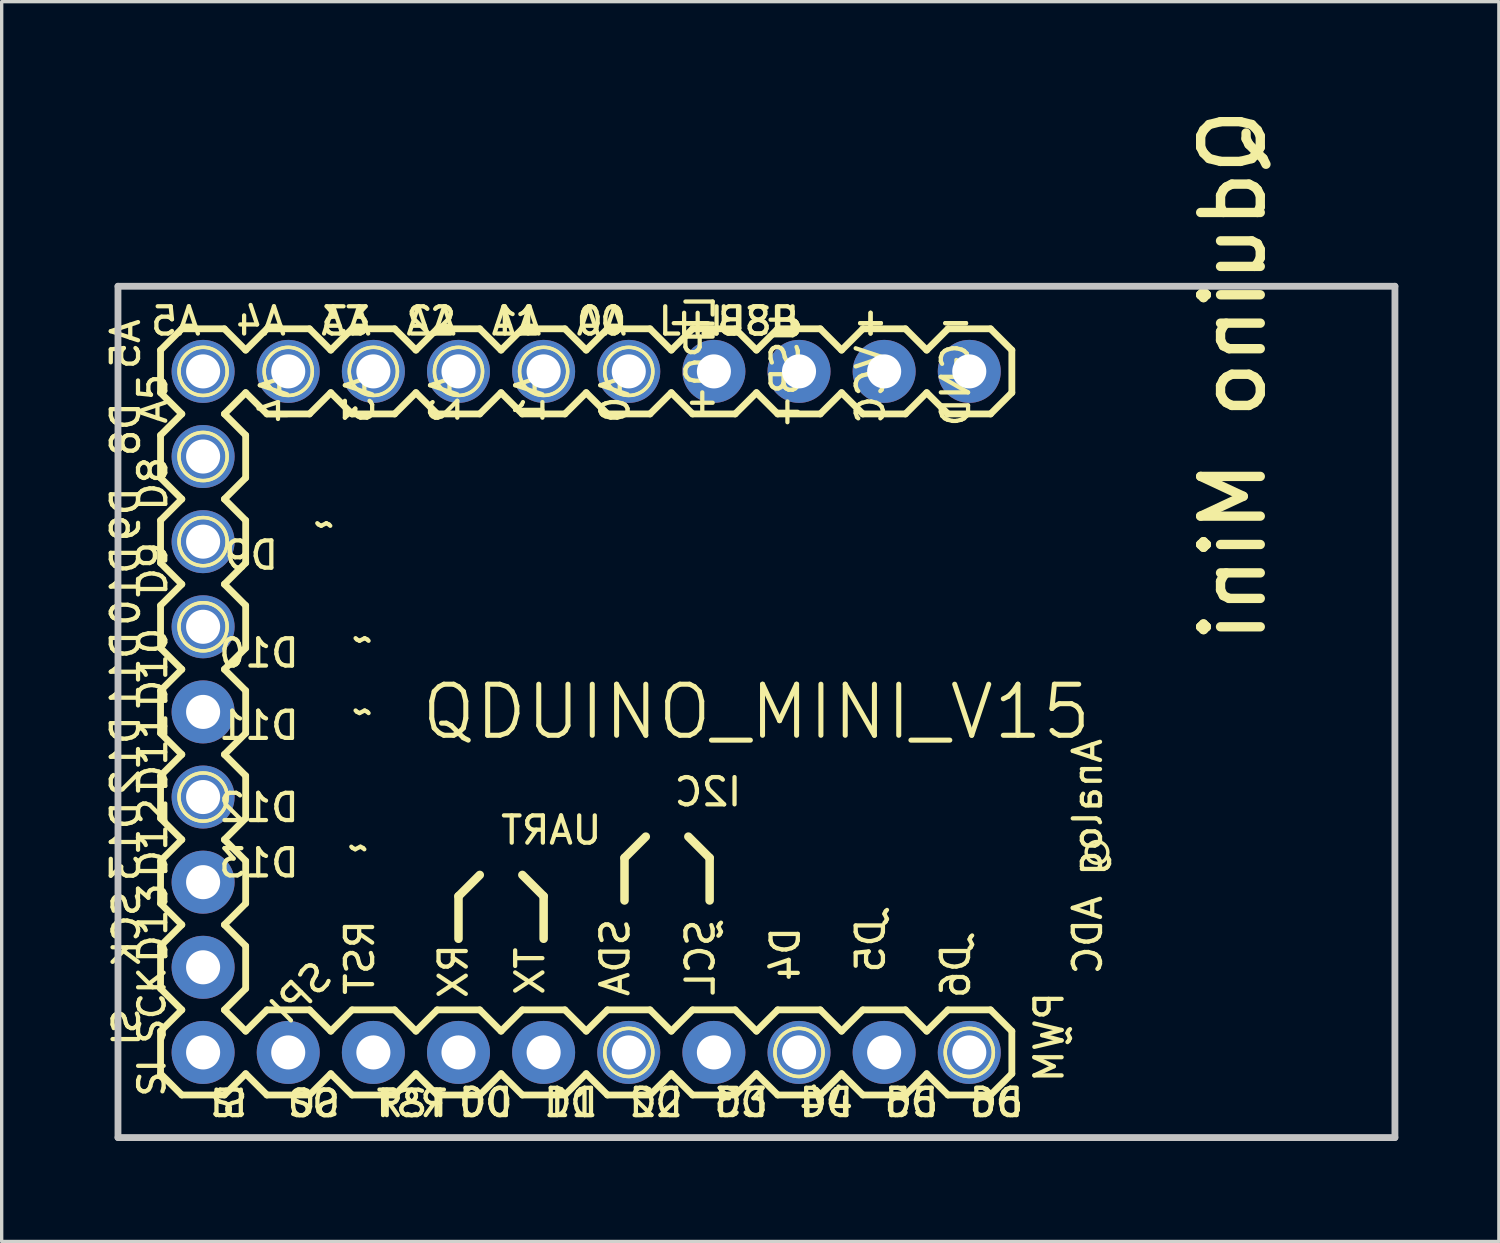
<source format=kicad_pcb>
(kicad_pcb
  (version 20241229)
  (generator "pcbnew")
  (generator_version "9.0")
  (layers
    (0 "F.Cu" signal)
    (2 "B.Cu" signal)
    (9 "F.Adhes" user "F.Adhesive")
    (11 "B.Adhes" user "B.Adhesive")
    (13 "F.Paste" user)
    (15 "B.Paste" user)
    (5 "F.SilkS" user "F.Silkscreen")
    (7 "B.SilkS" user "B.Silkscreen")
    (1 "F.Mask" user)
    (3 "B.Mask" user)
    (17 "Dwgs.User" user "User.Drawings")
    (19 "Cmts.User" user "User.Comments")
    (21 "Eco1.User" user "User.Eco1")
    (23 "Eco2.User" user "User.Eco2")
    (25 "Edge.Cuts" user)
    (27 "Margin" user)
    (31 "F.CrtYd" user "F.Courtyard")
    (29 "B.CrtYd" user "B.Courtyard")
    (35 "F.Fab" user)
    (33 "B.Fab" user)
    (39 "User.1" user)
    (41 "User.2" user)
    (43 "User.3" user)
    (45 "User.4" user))
  (footprint "QDUINO_MINI_V15"
    (layer "F.Cu")
    (at 19.52 18.191)
    (property "Reference" "QDUINO_MINI_V15" (at 0 0 0) (layer "F.SilkS") (effects (font (size 1.524 1.524) (thickness 0.15))))
    (attr exclude_from_pos_files exclude_from_bom)
    (fp_line (start -17.78 -10.795) (end -17.78 -9.525) (stroke (width 0.203) (type solid)) (layer "F.SilkS"))
    (fp_line (start -17.78 -9.525) (end -17.145 -8.89) (stroke (width 0.203) (type solid)) (layer "F.SilkS"))
    (fp_line (start -17.78 -8.255) (end -17.145 -8.89) (stroke (width 0.203) (type solid)) (layer "F.SilkS"))
    (fp_line (start -17.78 -6.985) (end -17.78 -8.255) (stroke (width 0.203) (type solid)) (layer "F.SilkS"))
    (fp_line (start -17.78 -6.985) (end -17.145 -6.35) (stroke (width 0.203) (type solid)) (layer "F.SilkS"))
    (fp_line (start -17.78 -5.715) (end -17.145 -6.35) (stroke (width 0.203) (type solid)) (layer "F.SilkS"))
    (fp_line (start -17.78 -4.445) (end -17.78 -5.715) (stroke (width 0.203) (type solid)) (layer "F.SilkS"))
    (fp_line (start -17.78 -3.175) (end -17.145 -3.81) (stroke (width 0.203) (type solid)) (layer "F.SilkS"))
    (fp_line (start -17.78 -1.905) (end -17.78 -3.175) (stroke (width 0.203) (type solid)) (layer "F.SilkS"))
    (fp_line (start -17.78 -0.635) (end -17.145 -1.27) (stroke (width 0.203) (type solid)) (layer "F.SilkS"))
    (fp_line (start -17.78 0.635) (end -17.78 -0.635) (stroke (width 0.203) (type solid)) (layer "F.SilkS"))
    (fp_line (start -17.78 0.635) (end -17.145 1.27) (stroke (width 0.203) (type solid)) (layer "F.SilkS"))
    (fp_line (start -17.78 1.905) (end -17.145 1.27) (stroke (width 0.203) (type solid)) (layer "F.SilkS"))
    (fp_line (start -17.78 3.175) (end -17.78 1.905) (stroke (width 0.203) (type solid)) (layer "F.SilkS"))
    (fp_line (start -17.78 4.445) (end -17.145 3.81) (stroke (width 0.203) (type solid)) (layer "F.SilkS"))
    (fp_line (start -17.78 5.715) (end -17.78 4.445) (stroke (width 0.203) (type solid)) (layer "F.SilkS"))
    (fp_line (start -17.78 6.985) (end -17.145 6.35) (stroke (width 0.203) (type solid)) (layer "F.SilkS"))
    (fp_line (start -17.78 8.255) (end -17.78 6.985) (stroke (width 0.203) (type solid)) (layer "F.SilkS"))
    (fp_line (start -17.78 8.255) (end -17.145 8.89) (stroke (width 0.203) (type solid)) (layer "F.SilkS"))
    (fp_line (start -17.78 9.525) (end -17.78 10.795) (stroke (width 0.203) (type solid)) (layer "F.SilkS"))
    (fp_line (start -17.78 10.795) (end -17.145 11.43) (stroke (width 0.203) (type solid)) (layer "F.SilkS"))
    (fp_line (start -17.145 -11.43) (end -17.78 -10.795) (stroke (width 0.203) (type solid)) (layer "F.SilkS"))
    (fp_line (start -17.145 -11.43) (end -15.875 -11.43) (stroke (width 0.203) (type solid)) (layer "F.SilkS"))
    (fp_line (start -17.145 -3.81) (end -17.78 -4.445) (stroke (width 0.203) (type solid)) (layer "F.SilkS"))
    (fp_line (start -17.145 -1.27) (end -17.78 -1.905) (stroke (width 0.203) (type solid)) (layer "F.SilkS"))
    (fp_line (start -17.145 3.81) (end -17.78 3.175) (stroke (width 0.203) (type solid)) (layer "F.SilkS"))
    (fp_line (start -17.145 6.35) (end -17.78 5.715) (stroke (width 0.203) (type solid)) (layer "F.SilkS"))
    (fp_line (start -17.145 8.89) (end -17.78 9.525) (stroke (width 0.203) (type solid)) (layer "F.SilkS"))
    (fp_line (start -15.875 -11.43) (end -15.24 -10.795) (stroke (width 0.203) (type solid)) (layer "F.SilkS"))
    (fp_line (start -15.875 -8.89) (end -15.24 -8.255) (stroke (width 0.203) (type solid)) (layer "F.SilkS"))
    (fp_line (start -15.875 -6.35) (end -15.24 -6.985) (stroke (width 0.203) (type solid)) (layer "F.SilkS"))
    (fp_line (start -15.875 -6.35) (end -15.24 -5.715) (stroke (width 0.203) (type solid)) (layer "F.SilkS"))
    (fp_line (start -15.875 -3.81) (end -15.24 -3.175) (stroke (width 0.203) (type solid)) (layer "F.SilkS"))
    (fp_line (start -15.875 -1.27) (end -15.24 -0.635) (stroke (width 0.203) (type solid)) (layer "F.SilkS"))
    (fp_line (start -15.875 1.27) (end -15.24 0.635) (stroke (width 0.203) (type solid)) (layer "F.SilkS"))
    (fp_line (start -15.875 1.27) (end -15.24 1.905) (stroke (width 0.203) (type solid)) (layer "F.SilkS"))
    (fp_line (start -15.875 3.81) (end -15.24 4.445) (stroke (width 0.203) (type solid)) (layer "F.SilkS"))
    (fp_line (start -15.875 6.35) (end -15.24 6.985) (stroke (width 0.203) (type solid)) (layer "F.SilkS"))
    (fp_line (start -15.875 8.89) (end -15.24 8.255) (stroke (width 0.203) (type solid)) (layer "F.SilkS"))
    (fp_line (start -15.875 8.89) (end -15.24 9.525) (stroke (width 0.203) (type solid)) (layer "F.SilkS"))
    (fp_line (start -15.875 11.43) (end -17.145 11.43) (stroke (width 0.203) (type solid)) (layer "F.SilkS"))
    (fp_line (start -15.24 -10.795) (end -14.605 -11.43) (stroke (width 0.203) (type solid)) (layer "F.SilkS"))
    (fp_line (start -15.24 -9.525) (end -15.875 -8.89) (stroke (width 0.203) (type solid)) (layer "F.SilkS"))
    (fp_line (start -15.24 -8.255) (end -15.24 -6.985) (stroke (width 0.203) (type solid)) (layer "F.SilkS"))
    (fp_line (start -15.24 -5.715) (end -15.24 -4.445) (stroke (width 0.203) (type solid)) (layer "F.SilkS"))
    (fp_line (start -15.24 -4.445) (end -15.875 -3.81) (stroke (width 0.203) (type solid)) (layer "F.SilkS"))
    (fp_line (start -15.24 -3.175) (end -15.24 -1.905) (stroke (width 0.203) (type solid)) (layer "F.SilkS"))
    (fp_line (start -15.24 -1.905) (end -15.875 -1.27) (stroke (width 0.203) (type solid)) (layer "F.SilkS"))
    (fp_line (start -15.24 -0.635) (end -15.24 0.635) (stroke (width 0.203) (type solid)) (layer "F.SilkS"))
    (fp_line (start -15.24 1.905) (end -15.24 3.175) (stroke (width 0.203) (type solid)) (layer "F.SilkS"))
    (fp_line (start -15.24 3.175) (end -15.875 3.81) (stroke (width 0.203) (type solid)) (layer "F.SilkS"))
    (fp_line (start -15.24 4.445) (end -15.24 5.715) (stroke (width 0.203) (type solid)) (layer "F.SilkS"))
    (fp_line (start -15.24 5.715) (end -15.875 6.35) (stroke (width 0.203) (type solid)) (layer "F.SilkS"))
    (fp_line (start -15.24 6.985) (end -15.24 8.255) (stroke (width 0.203) (type solid)) (layer "F.SilkS"))
    (fp_line (start -15.24 9.525) (end -14.605 8.89) (stroke (width 0.203) (type solid)) (layer "F.SilkS"))
    (fp_line (start -15.24 10.795) (end -15.875 11.43) (stroke (width 0.203) (type solid)) (layer "F.SilkS"))
    (fp_line (start -14.605 -11.43) (end -13.335 -11.43) (stroke (width 0.203) (type solid)) (layer "F.SilkS"))
    (fp_line (start -14.605 -8.89) (end -15.24 -9.525) (stroke (width 0.203) (type solid)) (layer "F.SilkS"))
    (fp_line (start -14.605 8.89) (end -13.335 8.89) (stroke (width 0.203) (type solid)) (layer "F.SilkS"))
    (fp_line (start -14.605 11.43) (end -15.24 10.795) (stroke (width 0.203) (type solid)) (layer "F.SilkS"))
    (fp_line (start -13.335 -11.43) (end -12.7 -10.795) (stroke (width 0.203) (type solid)) (layer "F.SilkS"))
    (fp_line (start -13.335 -8.89) (end -14.605 -8.89) (stroke (width 0.203) (type solid)) (layer "F.SilkS"))
    (fp_line (start -13.335 8.89) (end -12.7 9.525) (stroke (width 0.203) (type solid)) (layer "F.SilkS"))
    (fp_line (start -13.335 11.43) (end -14.605 11.43) (stroke (width 0.203) (type solid)) (layer "F.SilkS"))
    (fp_line (start -12.7 -10.795) (end -12.065 -11.43) (stroke (width 0.203) (type solid)) (layer "F.SilkS"))
    (fp_line (start -12.7 -9.525) (end -13.335 -8.89) (stroke (width 0.203) (type solid)) (layer "F.SilkS"))
    (fp_line (start -12.7 9.525) (end -12.065 8.89) (stroke (width 0.203) (type solid)) (layer "F.SilkS"))
    (fp_line (start -12.7 10.795) (end -13.335 11.43) (stroke (width 0.203) (type solid)) (layer "F.SilkS"))
    (fp_line (start -12.065 -11.43) (end -10.795 -11.43) (stroke (width 0.203) (type solid)) (layer "F.SilkS"))
    (fp_line (start -12.065 -8.89) (end -12.7 -9.525) (stroke (width 0.203) (type solid)) (layer "F.SilkS"))
    (fp_line (start -12.065 8.89) (end -10.795 8.89) (stroke (width 0.203) (type solid)) (layer "F.SilkS"))
    (fp_line (start -12.065 11.43) (end -12.7 10.795) (stroke (width 0.203) (type solid)) (layer "F.SilkS"))
    (fp_line (start -10.795 -11.43) (end -10.16 -10.795) (stroke (width 0.203) (type solid)) (layer "F.SilkS"))
    (fp_line (start -10.795 -8.89) (end -12.065 -8.89) (stroke (width 0.203) (type solid)) (layer "F.SilkS"))
    (fp_line (start -10.795 8.89) (end -10.16 9.525) (stroke (width 0.203) (type solid)) (layer "F.SilkS"))
    (fp_line (start -10.795 11.43) (end -12.065 11.43) (stroke (width 0.203) (type solid)) (layer "F.SilkS"))
    (fp_line (start -10.16 -9.525) (end -10.795 -8.89) (stroke (width 0.203) (type solid)) (layer "F.SilkS"))
    (fp_line (start -10.16 -9.525) (end -9.525 -8.89) (stroke (width 0.203) (type solid)) (layer "F.SilkS"))
    (fp_line (start -10.16 10.795) (end -10.795 11.43) (stroke (width 0.203) (type solid)) (layer "F.SilkS"))
    (fp_line (start -10.16 10.795) (end -9.525 11.43) (stroke (width 0.203) (type solid)) (layer "F.SilkS"))
    (fp_line (start -9.525 -11.43) (end -10.16 -10.795) (stroke (width 0.203) (type solid)) (layer "F.SilkS"))
    (fp_line (start -9.525 -11.43) (end -8.255 -11.43) (stroke (width 0.203) (type solid)) (layer "F.SilkS"))
    (fp_line (start -9.525 8.89) (end -10.16 9.525) (stroke (width 0.203) (type solid)) (layer "F.SilkS"))
    (fp_line (start -9.525 8.89) (end -8.255 8.89) (stroke (width 0.203) (type solid)) (layer "F.SilkS"))
    (fp_line (start -8.89 5.499) (end -8.89 6.769) (stroke (width 0.254) (type solid)) (layer "F.SilkS"))
    (fp_line (start -8.89 5.499) (end -8.255 4.864) (stroke (width 0.254) (type solid)) (layer "F.SilkS"))
    (fp_line (start -8.255 -11.43) (end -7.62 -10.795) (stroke (width 0.203) (type solid)) (layer "F.SilkS"))
    (fp_line (start -8.255 -8.89) (end -9.525 -8.89) (stroke (width 0.203) (type solid)) (layer "F.SilkS"))
    (fp_line (start -8.255 8.89) (end -7.62 9.525) (stroke (width 0.203) (type solid)) (layer "F.SilkS"))
    (fp_line (start -8.255 11.43) (end -9.525 11.43) (stroke (width 0.203) (type solid)) (layer "F.SilkS"))
    (fp_line (start -7.62 -10.795) (end -6.985 -11.43) (stroke (width 0.203) (type solid)) (layer "F.SilkS"))
    (fp_line (start -7.62 -9.525) (end -8.255 -8.89) (stroke (width 0.203) (type solid)) (layer "F.SilkS"))
    (fp_line (start -7.62 9.525) (end -6.985 8.89) (stroke (width 0.203) (type solid)) (layer "F.SilkS"))
    (fp_line (start -7.62 10.795) (end -8.255 11.43) (stroke (width 0.203) (type solid)) (layer "F.SilkS"))
    (fp_line (start -6.985 -11.43) (end -5.715 -11.43) (stroke (width 0.203) (type solid)) (layer "F.SilkS"))
    (fp_line (start -6.985 -8.89) (end -7.62 -9.525) (stroke (width 0.203) (type solid)) (layer "F.SilkS"))
    (fp_line (start -6.985 4.864) (end -6.35 5.499) (stroke (width 0.254) (type solid)) (layer "F.SilkS"))
    (fp_line (start -6.985 8.89) (end -5.715 8.89) (stroke (width 0.203) (type solid)) (layer "F.SilkS"))
    (fp_line (start -6.985 11.43) (end -7.62 10.795) (stroke (width 0.203) (type solid)) (layer "F.SilkS"))
    (fp_line (start -6.35 5.499) (end -6.35 6.769) (stroke (width 0.254) (type solid)) (layer "F.SilkS"))
    (fp_line (start -5.715 -11.43) (end -5.08 -10.795) (stroke (width 0.203) (type solid)) (layer "F.SilkS"))
    (fp_line (start -5.715 -8.89) (end -6.985 -8.89) (stroke (width 0.203) (type solid)) (layer "F.SilkS"))
    (fp_line (start -5.715 8.89) (end -5.08 9.525) (stroke (width 0.203) (type solid)) (layer "F.SilkS"))
    (fp_line (start -5.715 11.43) (end -6.985 11.43) (stroke (width 0.203) (type solid)) (layer "F.SilkS"))
    (fp_line (start -5.08 -10.795) (end -4.445 -11.43) (stroke (width 0.203) (type solid)) (layer "F.SilkS"))
    (fp_line (start -5.08 -9.525) (end -5.715 -8.89) (stroke (width 0.203) (type solid)) (layer "F.SilkS"))
    (fp_line (start -5.08 9.525) (end -4.445 8.89) (stroke (width 0.203) (type solid)) (layer "F.SilkS"))
    (fp_line (start -5.08 10.795) (end -5.715 11.43) (stroke (width 0.203) (type solid)) (layer "F.SilkS"))
    (fp_line (start -4.445 -11.43) (end -3.175 -11.43) (stroke (width 0.203) (type solid)) (layer "F.SilkS"))
    (fp_line (start -4.445 -8.89) (end -5.08 -9.525) (stroke (width 0.203) (type solid)) (layer "F.SilkS"))
    (fp_line (start -4.445 8.89) (end -3.175 8.89) (stroke (width 0.203) (type solid)) (layer "F.SilkS"))
    (fp_line (start -4.445 11.43) (end -5.08 10.795) (stroke (width 0.203) (type solid)) (layer "F.SilkS"))
    (fp_line (start -3.937 4.356) (end -3.302 3.721) (stroke (width 0.254) (type solid)) (layer "F.SilkS"))
    (fp_line (start -3.937 5.626) (end -3.937 4.356) (stroke (width 0.254) (type solid)) (layer "F.SilkS"))
    (fp_line (start -3.175 -11.43) (end -2.54 -10.795) (stroke (width 0.203) (type solid)) (layer "F.SilkS"))
    (fp_line (start -3.175 -8.89) (end -4.445 -8.89) (stroke (width 0.203) (type solid)) (layer "F.SilkS"))
    (fp_line (start -3.175 8.89) (end -2.54 9.525) (stroke (width 0.203) (type solid)) (layer "F.SilkS"))
    (fp_line (start -3.175 11.43) (end -4.445 11.43) (stroke (width 0.203) (type solid)) (layer "F.SilkS"))
    (fp_line (start -2.54 -9.525) (end -3.175 -8.89) (stroke (width 0.203) (type solid)) (layer "F.SilkS"))
    (fp_line (start -2.54 -9.525) (end -1.905 -8.89) (stroke (width 0.203) (type solid)) (layer "F.SilkS"))
    (fp_line (start -2.54 10.795) (end -3.175 11.43) (stroke (width 0.203) (type solid)) (layer "F.SilkS"))
    (fp_line (start -2.54 10.795) (end -1.905 11.43) (stroke (width 0.203) (type solid)) (layer "F.SilkS"))
    (fp_line (start -2.032 3.721) (end -1.397 4.356) (stroke (width 0.254) (type solid)) (layer "F.SilkS"))
    (fp_line (start -1.905 -11.43) (end -2.54 -10.795) (stroke (width 0.203) (type solid)) (layer "F.SilkS"))
    (fp_line (start -1.905 -11.43) (end -0.635 -11.43) (stroke (width 0.203) (type solid)) (layer "F.SilkS"))
    (fp_line (start -1.905 8.89) (end -2.54 9.525) (stroke (width 0.203) (type solid)) (layer "F.SilkS"))
    (fp_line (start -1.905 8.89) (end -0.635 8.89) (stroke (width 0.203) (type solid)) (layer "F.SilkS"))
    (fp_line (start -1.397 4.356) (end -1.397 5.626) (stroke (width 0.254) (type solid)) (layer "F.SilkS"))
    (fp_line (start -0.635 -11.43) (end 0 -10.795) (stroke (width 0.203) (type solid)) (layer "F.SilkS"))
    (fp_line (start -0.635 -8.89) (end -1.905 -8.89) (stroke (width 0.203) (type solid)) (layer "F.SilkS"))
    (fp_line (start -0.635 8.89) (end 0 9.525) (stroke (width 0.203) (type solid)) (layer "F.SilkS"))
    (fp_line (start -0.635 11.43) (end -1.905 11.43) (stroke (width 0.203) (type solid)) (layer "F.SilkS"))
    (fp_line (start 0 -9.525) (end -0.635 -8.89) (stroke (width 0.203) (type solid)) (layer "F.SilkS"))
    (fp_line (start 0 -9.525) (end 0.635 -8.89) (stroke (width 0.203) (type solid)) (layer "F.SilkS"))
    (fp_line (start 0 10.795) (end -0.635 11.43) (stroke (width 0.203) (type solid)) (layer "F.SilkS"))
    (fp_line (start 0 10.795) (end 0.635 11.43) (stroke (width 0.203) (type solid)) (layer "F.SilkS"))
    (fp_line (start 0.635 -11.43) (end 0 -10.795) (stroke (width 0.203) (type solid)) (layer "F.SilkS"))
    (fp_line (start 0.635 -11.43) (end 1.905 -11.43) (stroke (width 0.203) (type solid)) (layer "F.SilkS"))
    (fp_line (start 0.635 8.89) (end 0 9.525) (stroke (width 0.203) (type solid)) (layer "F.SilkS"))
    (fp_line (start 0.635 8.89) (end 1.905 8.89) (stroke (width 0.203) (type solid)) (layer "F.SilkS"))
    (fp_line (start 1.905 -11.43) (end 2.54 -10.795) (stroke (width 0.203) (type solid)) (layer "F.SilkS"))
    (fp_line (start 1.905 -8.89) (end 0.635 -8.89) (stroke (width 0.203) (type solid)) (layer "F.SilkS"))
    (fp_line (start 1.905 8.89) (end 2.54 9.525) (stroke (width 0.203) (type solid)) (layer "F.SilkS"))
    (fp_line (start 1.905 11.43) (end 0.635 11.43) (stroke (width 0.203) (type solid)) (layer "F.SilkS"))
    (fp_line (start 2.54 -9.525) (end 1.905 -8.89) (stroke (width 0.203) (type solid)) (layer "F.SilkS"))
    (fp_line (start 2.54 -9.525) (end 3.175 -8.89) (stroke (width 0.203) (type solid)) (layer "F.SilkS"))
    (fp_line (start 2.54 10.795) (end 1.905 11.43) (stroke (width 0.203) (type solid)) (layer "F.SilkS"))
    (fp_line (start 2.54 10.795) (end 3.175 11.43) (stroke (width 0.203) (type solid)) (layer "F.SilkS"))
    (fp_line (start 3.175 -11.43) (end 2.54 -10.795) (stroke (width 0.203) (type solid)) (layer "F.SilkS"))
    (fp_line (start 3.175 -11.43) (end 4.445 -11.43) (stroke (width 0.203) (type solid)) (layer "F.SilkS"))
    (fp_line (start 3.175 8.89) (end 2.54 9.525) (stroke (width 0.203) (type solid)) (layer "F.SilkS"))
    (fp_line (start 3.175 8.89) (end 4.445 8.89) (stroke (width 0.203) (type solid)) (layer "F.SilkS"))
    (fp_line (start 4.445 -11.43) (end 5.08 -10.795) (stroke (width 0.203) (type solid)) (layer "F.SilkS"))
    (fp_line (start 4.445 -8.89) (end 3.175 -8.89) (stroke (width 0.203) (type solid)) (layer "F.SilkS"))
    (fp_line (start 4.445 8.89) (end 5.08 9.525) (stroke (width 0.203) (type solid)) (layer "F.SilkS"))
    (fp_line (start 4.445 11.43) (end 3.175 11.43) (stroke (width 0.203) (type solid)) (layer "F.SilkS"))
    (fp_line (start 5.08 -9.525) (end 4.445 -8.89) (stroke (width 0.203) (type solid)) (layer "F.SilkS"))
    (fp_line (start 5.08 -9.525) (end 5.715 -8.89) (stroke (width 0.203) (type solid)) (layer "F.SilkS"))
    (fp_line (start 5.08 10.795) (end 4.445 11.43) (stroke (width 0.203) (type solid)) (layer "F.SilkS"))
    (fp_line (start 5.08 10.795) (end 5.715 11.43) (stroke (width 0.203) (type solid)) (layer "F.SilkS"))
    (fp_line (start 5.715 -11.43) (end 5.08 -10.795) (stroke (width 0.203) (type solid)) (layer "F.SilkS"))
    (fp_line (start 5.715 -11.43) (end 6.985 -11.43) (stroke (width 0.203) (type solid)) (layer "F.SilkS"))
    (fp_line (start 5.715 8.89) (end 5.08 9.525) (stroke (width 0.203) (type solid)) (layer "F.SilkS"))
    (fp_line (start 5.715 8.89) (end 6.985 8.89) (stroke (width 0.203) (type solid)) (layer "F.SilkS"))
    (fp_line (start 6.985 -11.43) (end 7.62 -10.795) (stroke (width 0.203) (type solid)) (layer "F.SilkS"))
    (fp_line (start 6.985 -8.89) (end 5.715 -8.89) (stroke (width 0.203) (type solid)) (layer "F.SilkS"))
    (fp_line (start 6.985 8.89) (end 7.62 9.525) (stroke (width 0.203) (type solid)) (layer "F.SilkS"))
    (fp_line (start 6.985 11.43) (end 5.715 11.43) (stroke (width 0.203) (type solid)) (layer "F.SilkS"))
    (fp_line (start 7.62 -10.795) (end 7.62 -9.525) (stroke (width 0.203) (type solid)) (layer "F.SilkS"))
    (fp_line (start 7.62 -9.525) (end 6.985 -8.89) (stroke (width 0.203) (type solid)) (layer "F.SilkS"))
    (fp_line (start 7.62 9.525) (end 7.62 10.795) (stroke (width 0.203) (type solid)) (layer "F.SilkS"))
    (fp_line (start 7.62 10.795) (end 6.985 11.43) (stroke (width 0.203) (type solid)) (layer "F.SilkS"))
    (fp_circle (center -16.51 -10.16) (end -17.018 -10.668) (stroke (width 0.102) (type solid)) (fill no) (layer "F.SilkS"))
    (fp_circle (center -16.51 -10.16) (end -17.018 -10.668) (stroke (width 0.102) (type solid)) (fill no) (layer "F.SilkS"))
    (fp_circle (center -16.51 -7.62) (end -17.018 -8.128) (stroke (width 0.102) (type solid)) (fill no) (layer "F.SilkS"))
    (fp_circle (center -16.51 -7.62) (end -17.018 -8.128) (stroke (width 0.102) (type solid)) (fill no) (layer "F.SilkS"))
    (fp_circle (center -16.51 -5.08) (end -17.018 -5.588) (stroke (width 0.102) (type solid)) (fill no) (layer "F.SilkS"))
    (fp_circle (center -16.51 -5.08) (end -17.018 -5.588) (stroke (width 0.102) (type solid)) (fill no) (layer "F.SilkS"))
    (fp_circle (center -16.51 -2.54) (end -17.018 -3.048) (stroke (width 0.102) (type solid)) (fill no) (layer "F.SilkS"))
    (fp_circle (center -16.51 -2.54) (end -17.018 -3.048) (stroke (width 0.102) (type solid)) (fill no) (layer "F.SilkS"))
    (fp_circle (center -16.51 2.54) (end -17.018 3.048) (stroke (width 0.102) (type solid)) (fill no) (layer "F.SilkS"))
    (fp_circle (center -16.51 2.54) (end -17.018 3.048) (stroke (width 0.102) (type solid)) (fill no) (layer "F.SilkS"))
    (fp_circle (center -13.97 -10.16) (end -14.478 -10.668) (stroke (width 0.102) (type solid)) (fill no) (layer "F.SilkS"))
    (fp_circle (center -13.97 -10.16) (end -14.478 -10.668) (stroke (width 0.102) (type solid)) (fill no) (layer "F.SilkS"))
    (fp_circle (center -11.43 -10.16) (end -11.938 -10.668) (stroke (width 0.102) (type solid)) (fill no) (layer "F.SilkS"))
    (fp_circle (center -11.43 -10.16) (end -11.938 -10.668) (stroke (width 0.102) (type solid)) (fill no) (layer "F.SilkS"))
    (fp_circle (center -8.89 -10.16) (end -9.398 -10.668) (stroke (width 0.102) (type solid)) (fill no) (layer "F.SilkS"))
    (fp_circle (center -8.89 -10.16) (end -9.398 -10.668) (stroke (width 0.102) (type solid)) (fill no) (layer "F.SilkS"))
    (fp_circle (center -6.35 -10.16) (end -6.858 -10.668) (stroke (width 0.102) (type solid)) (fill no) (layer "F.SilkS"))
    (fp_circle (center -6.35 -10.16) (end -6.858 -10.668) (stroke (width 0.102) (type solid)) (fill no) (layer "F.SilkS"))
    (fp_circle (center -3.81 -10.16) (end -4.318 -10.668) (stroke (width 0.102) (type solid)) (fill no) (layer "F.SilkS"))
    (fp_circle (center -3.81 -10.16) (end -4.318 -10.668) (stroke (width 0.102) (type solid)) (fill no) (layer "F.SilkS"))
    (fp_circle (center -3.81 10.16) (end -4.318 10.668) (stroke (width 0.102) (type solid)) (fill no) (layer "F.SilkS"))
    (fp_circle (center -3.81 10.16) (end -4.318 10.668) (stroke (width 0.102) (type solid)) (fill no) (layer "F.SilkS"))
    (fp_circle (center 1.27 10.16) (end 1.778 10.668) (stroke (width 0.102) (type solid)) (fill no) (layer "F.SilkS"))
    (fp_circle (center 1.27 10.16) (end 1.778 10.668) (stroke (width 0.102) (type solid)) (fill no) (layer "F.SilkS"))
    (fp_circle (center 6.35 10.16) (end 6.858 10.668) (stroke (width 0.102) (type solid)) (fill no) (layer "F.SilkS"))
    (fp_circle (center 6.35 10.16) (end 6.858 10.668) (stroke (width 0.102) (type solid)) (fill no) (layer "F.SilkS"))
    (fp_circle (center 10.16 4.191) (end 10.389 4.42) (stroke (width 0.102) (type solid)) (fill no) (layer "F.SilkS"))
    (fp_line (start -19.05 -12.7) (end -19.05 12.7) (stroke (width 0.203) (type solid)) (layer "Dwgs.User"))
    (fp_line (start -19.05 12.7) (end 19.05 12.7) (stroke (width 0.203) (type solid)) (layer "Dwgs.User"))
    (fp_line (start -16.764 -10.414) (end -16.256 -10.414) (stroke (width 0.066) (type solid)) (layer "Dwgs.User"))
    (fp_line (start -16.764 -9.906) (end -16.764 -10.414) (stroke (width 0.066) (type solid)) (layer "Dwgs.User"))
    (fp_line (start -16.764 -9.906) (end -16.256 -9.906) (stroke (width 0.066) (type solid)) (layer "Dwgs.User"))
    (fp_line (start -16.764 -7.874) (end -16.256 -7.874) (stroke (width 0.066) (type solid)) (layer "Dwgs.User"))
    (fp_line (start -16.764 -7.366) (end -16.764 -7.874) (stroke (width 0.066) (type solid)) (layer "Dwgs.User"))
    (fp_line (start -16.764 -7.366) (end -16.256 -7.366) (stroke (width 0.066) (type solid)) (layer "Dwgs.User"))
    (fp_line (start -16.764 -5.334) (end -16.256 -5.334) (stroke (width 0.066) (type solid)) (layer "Dwgs.User"))
    (fp_line (start -16.764 -4.826) (end -16.764 -5.334) (stroke (width 0.066) (type solid)) (layer "Dwgs.User"))
    (fp_line (start -16.764 -4.826) (end -16.256 -4.826) (stroke (width 0.066) (type solid)) (layer "Dwgs.User"))
    (fp_line (start -16.764 -2.794) (end -16.256 -2.794) (stroke (width 0.066) (type solid)) (layer "Dwgs.User"))
    (fp_line (start -16.764 -2.286) (end -16.764 -2.794) (stroke (width 0.066) (type solid)) (layer "Dwgs.User"))
    (fp_line (start -16.764 -2.286) (end -16.256 -2.286) (stroke (width 0.066) (type solid)) (layer "Dwgs.User"))
    (fp_line (start -16.764 -0.254) (end -16.256 -0.254) (stroke (width 0.066) (type solid)) (layer "Dwgs.User"))
    (fp_line (start -16.764 0.254) (end -16.764 -0.254) (stroke (width 0.066) (type solid)) (layer "Dwgs.User"))
    (fp_line (start -16.764 0.254) (end -16.256 0.254) (stroke (width 0.066) (type solid)) (layer "Dwgs.User"))
    (fp_line (start -16.764 2.286) (end -16.256 2.286) (stroke (width 0.066) (type solid)) (layer "Dwgs.User"))
    (fp_line (start -16.764 2.794) (end -16.764 2.286) (stroke (width 0.066) (type solid)) (layer "Dwgs.User"))
    (fp_line (start -16.764 2.794) (end -16.256 2.794) (stroke (width 0.066) (type solid)) (layer "Dwgs.User"))
    (fp_line (start -16.764 4.826) (end -16.256 4.826) (stroke (width 0.066) (type solid)) (layer "Dwgs.User"))
    (fp_line (start -16.764 5.334) (end -16.764 4.826) (stroke (width 0.066) (type solid)) (layer "Dwgs.User"))
    (fp_line (start -16.764 5.334) (end -16.256 5.334) (stroke (width 0.066) (type solid)) (layer "Dwgs.User"))
    (fp_line (start -16.764 7.366) (end -16.256 7.366) (stroke (width 0.066) (type solid)) (layer "Dwgs.User"))
    (fp_line (start -16.764 7.874) (end -16.764 7.366) (stroke (width 0.066) (type solid)) (layer "Dwgs.User"))
    (fp_line (start -16.764 7.874) (end -16.256 7.874) (stroke (width 0.066) (type solid)) (layer "Dwgs.User"))
    (fp_line (start -16.764 9.906) (end -16.256 9.906) (stroke (width 0.066) (type solid)) (layer "Dwgs.User"))
    (fp_line (start -16.764 10.414) (end -16.764 9.906) (stroke (width 0.066) (type solid)) (layer "Dwgs.User"))
    (fp_line (start -16.764 10.414) (end -16.256 10.414) (stroke (width 0.066) (type solid)) (layer "Dwgs.User"))
    (fp_line (start -16.256 -9.906) (end -16.256 -10.414) (stroke (width 0.066) (type solid)) (layer "Dwgs.User"))
    (fp_line (start -16.256 -7.366) (end -16.256 -7.874) (stroke (width 0.066) (type solid)) (layer "Dwgs.User"))
    (fp_line (start -16.256 -4.826) (end -16.256 -5.334) (stroke (width 0.066) (type solid)) (layer "Dwgs.User"))
    (fp_line (start -16.256 -2.286) (end -16.256 -2.794) (stroke (width 0.066) (type solid)) (layer "Dwgs.User"))
    (fp_line (start -16.256 0.254) (end -16.256 -0.254) (stroke (width 0.066) (type solid)) (layer "Dwgs.User"))
    (fp_line (start -16.256 2.794) (end -16.256 2.286) (stroke (width 0.066) (type solid)) (layer "Dwgs.User"))
    (fp_line (start -16.256 5.334) (end -16.256 4.826) (stroke (width 0.066) (type solid)) (layer "Dwgs.User"))
    (fp_line (start -16.256 7.874) (end -16.256 7.366) (stroke (width 0.066) (type solid)) (layer "Dwgs.User"))
    (fp_line (start -16.256 10.414) (end -16.256 9.906) (stroke (width 0.066) (type solid)) (layer "Dwgs.User"))
    (fp_line (start -14.224 -10.414) (end -13.716 -10.414) (stroke (width 0.066) (type solid)) (layer "Dwgs.User"))
    (fp_line (start -14.224 -9.906) (end -14.224 -10.414) (stroke (width 0.066) (type solid)) (layer "Dwgs.User"))
    (fp_line (start -14.224 -9.906) (end -13.716 -9.906) (stroke (width 0.066) (type solid)) (layer "Dwgs.User"))
    (fp_line (start -14.224 9.906) (end -13.716 9.906) (stroke (width 0.066) (type solid)) (layer "Dwgs.User"))
    (fp_line (start -14.224 10.414) (end -14.224 9.906) (stroke (width 0.066) (type solid)) (layer "Dwgs.User"))
    (fp_line (start -14.224 10.414) (end -13.716 10.414) (stroke (width 0.066) (type solid)) (layer "Dwgs.User"))
    (fp_line (start -13.716 -9.906) (end -13.716 -10.414) (stroke (width 0.066) (type solid)) (layer "Dwgs.User"))
    (fp_line (start -13.716 10.414) (end -13.716 9.906) (stroke (width 0.066) (type solid)) (layer "Dwgs.User"))
    (fp_line (start -11.684 -10.414) (end -11.176 -10.414) (stroke (width 0.066) (type solid)) (layer "Dwgs.User"))
    (fp_line (start -11.684 -9.906) (end -11.684 -10.414) (stroke (width 0.066) (type solid)) (layer "Dwgs.User"))
    (fp_line (start -11.684 -9.906) (end -11.176 -9.906) (stroke (width 0.066) (type solid)) (layer "Dwgs.User"))
    (fp_line (start -11.684 9.906) (end -11.176 9.906) (stroke (width 0.066) (type solid)) (layer "Dwgs.User"))
    (fp_line (start -11.684 10.414) (end -11.684 9.906) (stroke (width 0.066) (type solid)) (layer "Dwgs.User"))
    (fp_line (start -11.684 10.414) (end -11.176 10.414) (stroke (width 0.066) (type solid)) (layer "Dwgs.User"))
    (fp_line (start -11.176 -9.906) (end -11.176 -10.414) (stroke (width 0.066) (type solid)) (layer "Dwgs.User"))
    (fp_line (start -11.176 10.414) (end -11.176 9.906) (stroke (width 0.066) (type solid)) (layer "Dwgs.User"))
    (fp_line (start -9.144 -10.414) (end -8.636 -10.414) (stroke (width 0.066) (type solid)) (layer "Dwgs.User"))
    (fp_line (start -9.144 -9.906) (end -9.144 -10.414) (stroke (width 0.066) (type solid)) (layer "Dwgs.User"))
    (fp_line (start -9.144 -9.906) (end -8.636 -9.906) (stroke (width 0.066) (type solid)) (layer "Dwgs.User"))
    (fp_line (start -9.144 9.906) (end -8.636 9.906) (stroke (width 0.066) (type solid)) (layer "Dwgs.User"))
    (fp_line (start -9.144 10.414) (end -9.144 9.906) (stroke (width 0.066) (type solid)) (layer "Dwgs.User"))
    (fp_line (start -9.144 10.414) (end -8.636 10.414) (stroke (width 0.066) (type solid)) (layer "Dwgs.User"))
    (fp_line (start -8.636 -9.906) (end -8.636 -10.414) (stroke (width 0.066) (type solid)) (layer "Dwgs.User"))
    (fp_line (start -8.636 10.414) (end -8.636 9.906) (stroke (width 0.066) (type solid)) (layer "Dwgs.User"))
    (fp_line (start -6.604 -10.414) (end -6.096 -10.414) (stroke (width 0.066) (type solid)) (layer "Dwgs.User"))
    (fp_line (start -6.604 -9.906) (end -6.604 -10.414) (stroke (width 0.066) (type solid)) (layer "Dwgs.User"))
    (fp_line (start -6.604 -9.906) (end -6.096 -9.906) (stroke (width 0.066) (type solid)) (layer "Dwgs.User"))
    (fp_line (start -6.604 9.906) (end -6.096 9.906) (stroke (width 0.066) (type solid)) (layer "Dwgs.User"))
    (fp_line (start -6.604 10.414) (end -6.604 9.906) (stroke (width 0.066) (type solid)) (layer "Dwgs.User"))
    (fp_line (start -6.604 10.414) (end -6.096 10.414) (stroke (width 0.066) (type solid)) (layer "Dwgs.User"))
    (fp_line (start -6.096 -9.906) (end -6.096 -10.414) (stroke (width 0.066) (type solid)) (layer "Dwgs.User"))
    (fp_line (start -6.096 10.414) (end -6.096 9.906) (stroke (width 0.066) (type solid)) (layer "Dwgs.User"))
    (fp_line (start -4.064 -10.414) (end -3.556 -10.414) (stroke (width 0.066) (type solid)) (layer "Dwgs.User"))
    (fp_line (start -4.064 -9.906) (end -4.064 -10.414) (stroke (width 0.066) (type solid)) (layer "Dwgs.User"))
    (fp_line (start -4.064 -9.906) (end -3.556 -9.906) (stroke (width 0.066) (type solid)) (layer "Dwgs.User"))
    (fp_line (start -4.064 9.906) (end -3.556 9.906) (stroke (width 0.066) (type solid)) (layer "Dwgs.User"))
    (fp_line (start -4.064 10.414) (end -4.064 9.906) (stroke (width 0.066) (type solid)) (layer "Dwgs.User"))
    (fp_line (start -4.064 10.414) (end -3.556 10.414) (stroke (width 0.066) (type solid)) (layer "Dwgs.User"))
    (fp_line (start -3.556 -9.906) (end -3.556 -10.414) (stroke (width 0.066) (type solid)) (layer "Dwgs.User"))
    (fp_line (start -3.556 10.414) (end -3.556 9.906) (stroke (width 0.066) (type solid)) (layer "Dwgs.User"))
    (fp_line (start -1.524 -10.414) (end -1.016 -10.414) (stroke (width 0.066) (type solid)) (layer "Dwgs.User"))
    (fp_line (start -1.524 -9.906) (end -1.524 -10.414) (stroke (width 0.066) (type solid)) (layer "Dwgs.User"))
    (fp_line (start -1.524 -9.906) (end -1.016 -9.906) (stroke (width 0.066) (type solid)) (layer "Dwgs.User"))
    (fp_line (start -1.524 9.906) (end -1.016 9.906) (stroke (width 0.066) (type solid)) (layer "Dwgs.User"))
    (fp_line (start -1.524 10.414) (end -1.524 9.906) (stroke (width 0.066) (type solid)) (layer "Dwgs.User"))
    (fp_line (start -1.524 10.414) (end -1.016 10.414) (stroke (width 0.066) (type solid)) (layer "Dwgs.User"))
    (fp_line (start -1.016 -9.906) (end -1.016 -10.414) (stroke (width 0.066) (type solid)) (layer "Dwgs.User"))
    (fp_line (start -1.016 10.414) (end -1.016 9.906) (stroke (width 0.066) (type solid)) (layer "Dwgs.User"))
    (fp_line (start 1.016 -10.414) (end 1.524 -10.414) (stroke (width 0.066) (type solid)) (layer "Dwgs.User"))
    (fp_line (start 1.016 -9.906) (end 1.016 -10.414) (stroke (width 0.066) (type solid)) (layer "Dwgs.User"))
    (fp_line (start 1.016 -9.906) (end 1.524 -9.906) (stroke (width 0.066) (type solid)) (layer "Dwgs.User"))
    (fp_line (start 1.016 9.906) (end 1.524 9.906) (stroke (width 0.066) (type solid)) (layer "Dwgs.User"))
    (fp_line (start 1.016 10.414) (end 1.016 9.906) (stroke (width 0.066) (type solid)) (layer "Dwgs.User"))
    (fp_line (start 1.016 10.414) (end 1.524 10.414) (stroke (width 0.066) (type solid)) (layer "Dwgs.User"))
    (fp_line (start 1.524 -9.906) (end 1.524 -10.414) (stroke (width 0.066) (type solid)) (layer "Dwgs.User"))
    (fp_line (start 1.524 10.414) (end 1.524 9.906) (stroke (width 0.066) (type solid)) (layer "Dwgs.User"))
    (fp_line (start 3.556 -10.414) (end 4.064 -10.414) (stroke (width 0.066) (type solid)) (layer "Dwgs.User"))
    (fp_line (start 3.556 -9.906) (end 3.556 -10.414) (stroke (width 0.066) (type solid)) (layer "Dwgs.User"))
    (fp_line (start 3.556 -9.906) (end 4.064 -9.906) (stroke (width 0.066) (type solid)) (layer "Dwgs.User"))
    (fp_line (start 3.556 9.906) (end 4.064 9.906) (stroke (width 0.066) (type solid)) (layer "Dwgs.User"))
    (fp_line (start 3.556 10.414) (end 3.556 9.906) (stroke (width 0.066) (type solid)) (layer "Dwgs.User"))
    (fp_line (start 3.556 10.414) (end 4.064 10.414) (stroke (width 0.066) (type solid)) (layer "Dwgs.User"))
    (fp_line (start 4.064 -9.906) (end 4.064 -10.414) (stroke (width 0.066) (type solid)) (layer "Dwgs.User"))
    (fp_line (start 4.064 10.414) (end 4.064 9.906) (stroke (width 0.066) (type solid)) (layer "Dwgs.User"))
    (fp_line (start 6.096 -10.414) (end 6.604 -10.414) (stroke (width 0.066) (type solid)) (layer "Dwgs.User"))
    (fp_line (start 6.096 -9.906) (end 6.096 -10.414) (stroke (width 0.066) (type solid)) (layer "Dwgs.User"))
    (fp_line (start 6.096 -9.906) (end 6.604 -9.906) (stroke (width 0.066) (type solid)) (layer "Dwgs.User"))
    (fp_line (start 6.096 9.906) (end 6.604 9.906) (stroke (width 0.066) (type solid)) (layer "Dwgs.User"))
    (fp_line (start 6.096 10.414) (end 6.096 9.906) (stroke (width 0.066) (type solid)) (layer "Dwgs.User"))
    (fp_line (start 6.096 10.414) (end 6.604 10.414) (stroke (width 0.066) (type solid)) (layer "Dwgs.User"))
    (fp_line (start 6.604 -9.906) (end 6.604 -10.414) (stroke (width 0.066) (type solid)) (layer "Dwgs.User"))
    (fp_line (start 6.604 10.414) (end 6.604 9.906) (stroke (width 0.066) (type solid)) (layer "Dwgs.User"))
    (fp_line (start 19.05 -12.7) (end -19.05 -12.7) (stroke (width 0.203) (type solid)) (layer "Dwgs.User"))
    (fp_line (start 19.05 12.7) (end 19.05 -12.7) (stroke (width 0.203) (type solid)) (layer "Dwgs.User"))
    (fp_text user "D6" (at 7.16 11.659 0) (layer "F.SilkS") (effects (font (size 0.813 0.813) (thickness 0.127)) (justify mirror)))
    (fp_text user "D9" (at -18.821 -5.893 90) (layer "F.SilkS") (effects (font (size 0.813 0.813) (thickness 0.127)) (justify mirror)))
    (fp_text user "RST" (at -11.836 7.328 90) (layer "F.SilkS") (effects (font (size 0.813 0.813) (thickness 0.127)) (justify mirror)))
    (fp_text user "SO" (at -13.208 11.684 0) (layer "F.SilkS") (effects (font (size 0.762 0.762) (thickness 0.127))))
    (fp_text user "+" (at 3.404 -11.659 180) (layer "F.SilkS") (effects (font (size 0.813 0.813) (thickness 0.127)) (justify mirror)))
    (fp_text user "~" (at -11.786 -2.182 0) (layer "F.SilkS") (effects (font (size 0.813 0.813) (thickness 0.127)) (justify mirror)))
    (fp_text user "D3" (at -0.457 11.659 0) (layer "F.SilkS") (effects (font (size 0.813 0.813) (thickness 0.127)) (justify mirror)))
    (fp_text user "D4" (at 0.864 7.224 90) (layer "F.SilkS") (effects (font (size 0.813 0.813) (thickness 0.127)) (justify mirror)))
    (fp_text user "USB" (at 0.051 -11.659 180) (layer "F.SilkS") (effects (font (size 0.813 0.813) (thickness 0.127))))
    (fp_text user "A1" (at -6.756 -9.36 90) (layer "F.SilkS") (effects (font (size 0.813 0.813) (thickness 0.127)) (justify mirror)))
    (fp_text user "D8" (at -18.009 -6.807 270) (layer "F.SilkS") (effects (font (size 0.813 0.813) (thickness 0.127))))
    (fp_text user "~" (at -1.118 6.502 270) (layer "F.SilkS") (effects (font (size 0.813 0.813) (thickness 0.127)) (justify mirror)))
    (fp_text user "SCK" (at -18.034 8.76 270) (layer "F.SilkS") (effects (font (size 0.762 0.762) (thickness 0.127))))
    (fp_text user "L+" (at -1.829 -11.659 180) (layer "F.SilkS") (effects (font (size 0.813 0.813) (thickness 0.127)) (justify mirror)))
    (fp_text user "USB+" (at 0.864 -10.173 90) (layer "F.SilkS") (effects (font (size 0.813 0.813) (thickness 0.127)) (justify mirror)))
    (fp_text user "D9" (at -18.009 -4.267 270) (layer "F.SilkS") (effects (font (size 0.813 0.813) (thickness 0.127))))
    (fp_text user "D3" (at -0.457 11.659 0) (layer "F.SilkS") (effects (font (size 0.813 0.813) (thickness 0.127))))
    (fp_text user "D12" (at -18.009 3.759 270) (layer "F.SilkS") (effects (font (size 0.813 0.813) (thickness 0.127))))
    (fp_text user "L+" (at -2.083 -11.659 180) (layer "F.SilkS") (effects (font (size 0.813 0.813) (thickness 0.127))))
    (fp_text user "Analog ADC" (at 9.881 4.318 90) (layer "F.SilkS") (effects (font (size 0.813 0.813) (thickness 0.127)) (justify mirror)))
    (fp_text user "D11" (at -18.821 -1.219 90) (layer "F.SilkS") (effects (font (size 0.813 0.813) (thickness 0.127)) (justify mirror)))
    (fp_text user "D10" (at -14.846 -1.753 180) (layer "F.SilkS") (effects (font (size 0.813 0.813) (thickness 0.127)) (justify mirror)))
    (fp_text user "SPI" (at -13.589 8.382 45) (layer "F.SilkS") (effects (font (size 0.813 0.813) (thickness 0.127)) (justify mirror)))
    (fp_text user "D0" (at -8.077 11.659 0) (layer "F.SilkS") (effects (font (size 0.813 0.813) (thickness 0.127)) (justify mirror)))
    (fp_text user "SI" (at -15.748 11.684 0) (layer "F.SilkS") (effects (font (size 0.762 0.762) (thickness 0.127)) (justify mirror)))
    (fp_text user "A4" (at -14.783 -11.659 180) (layer "F.SilkS") (effects (font (size 0.813 0.813) (thickness 0.127)) (justify mirror)))
    (fp_text user "-" (at 5.944 -11.659 180) (layer "F.SilkS") (effects (font (size 0.813 0.813) (thickness 0.127)) (justify mirror)))
    (fp_text user "A0" (at -4.216 -9.36 90) (layer "F.SilkS") (effects (font (size 0.813 0.813) (thickness 0.127)) (justify mirror)))
    (fp_text user "VCC" (at 3.404 -9.766 90) (layer "F.SilkS") (effects (font (size 0.813 0.813) (thickness 0.127)) (justify mirror)))
    (fp_text user "A4" (at -14.374 -9.36 90) (layer "F.SilkS") (effects (font (size 0.813 0.813) (thickness 0.127)) (justify mirror)))
    (fp_text user "SI" (at -15.748 11.684 0) (layer "F.SilkS") (effects (font (size 0.762 0.762) (thickness 0.127))))
    (fp_text user "D13" (at -18.009 6.299 270) (layer "F.SilkS") (effects (font (size 0.813 0.813) (thickness 0.127))))
    (fp_text user "A5" (at -17.323 -11.659 180) (layer "F.SilkS") (effects (font (size 0.813 0.813) (thickness 0.127)) (justify mirror)))
    (fp_text user "D6" (at 5.944 7.734 90) (layer "F.SilkS") (effects (font (size 0.813 0.813) (thickness 0.127)) (justify mirror)))
    (fp_text user "~" (at 3.835 6.121 270) (layer "F.SilkS") (effects (font (size 0.813 0.813) (thickness 0.127)) (justify mirror)))
    (fp_text user "+" (at 3.404 -11.659 180) (layer "F.SilkS") (effects (font (size 0.813 0.813) (thickness 0.127))))
    (fp_text user "SI" (at -18.796 9.398 90) (layer "F.SilkS") (effects (font (size 0.762 0.762) (thickness 0.127)) (justify mirror)))
    (fp_text user "D4" (at 2.083 11.659 0) (layer "F.SilkS") (effects (font (size 0.813 0.813) (thickness 0.127)) (justify mirror)))
    (fp_text user "GND" (at 5.944 -9.766 90) (layer "F.SilkS") (effects (font (size 0.813 0.813) (thickness 0.127)) (justify mirror)))
    (fp_text user "D11" (at -14.846 0.406 180) (layer "F.SilkS") (effects (font (size 0.813 0.813) (thickness 0.127)) (justify mirror)))
    (fp_text user "D5" (at 4.623 11.659 0) (layer "F.SilkS") (effects (font (size 0.813 0.813) (thickness 0.127)) (justify mirror)))
    (fp_text user "D12" (at -14.846 2.857 180) (layer "F.SilkS") (effects (font (size 0.813 0.813) (thickness 0.127)) (justify mirror)))
    (fp_text user "D11" (at -18.009 1.219 270) (layer "F.SilkS") (effects (font (size 0.813 0.813) (thickness 0.127))))
    (fp_text user "D1" (at -5.537 11.659 0) (layer "F.SilkS") (effects (font (size 0.813 0.813) (thickness 0.127))))
    (fp_text user "D0" (at -8.077 11.659 0) (layer "F.SilkS") (effects (font (size 0.813 0.813) (thickness 0.127))))
    (fp_text user "D9" (at -15.075 -4.674 180) (layer "F.SilkS") (effects (font (size 0.813 0.813) (thickness 0.127)) (justify mirror)))
    (fp_text user "D6" (at 7.16 11.659 0) (layer "F.SilkS") (effects (font (size 0.813 0.813) (thickness 0.127))))
    (fp_text user "D4" (at 2.083 11.659 0) (layer "F.SilkS") (effects (font (size 0.813 0.813) (thickness 0.127))))
    (fp_text user "~" (at 9.296 9.677 270) (layer "F.SilkS") (effects (font (size 0.813 0.813) (thickness 0.127)) (justify mirror)))
    (fp_text user "A2" (at -9.703 -11.659 180) (layer "F.SilkS") (effects (font (size 0.813 0.813) (thickness 0.127))))
    (fp_text user "A3" (at -11.836 -9.36 90) (layer "F.SilkS") (effects (font (size 0.813 0.813) (thickness 0.127)) (justify mirror)))
    (fp_text user "TX" (at -6.756 7.734 90) (layer "F.SilkS") (effects (font (size 0.813 0.813) (thickness 0.127)) (justify mirror)))
    (fp_text user "Qduino Mini" (at 14.224 -10.033 90) (layer "F.SilkS") (effects (font (size 1.778 1.778) (thickness 0.279)) (justify mirror)))
    (fp_text user "A5" (at -18.009 -9.347 270) (layer "F.SilkS") (effects (font (size 0.813 0.813) (thickness 0.127))))
    (fp_text user "D1" (at -5.537 11.659 0) (layer "F.SilkS") (effects (font (size 0.813 0.813) (thickness 0.127)) (justify mirror)))
    (fp_text user "D5" (at 3.404 6.972 90) (layer "F.SilkS") (effects (font (size 0.813 0.813) (thickness 0.127)) (justify mirror)))
    (fp_text user "D2" (at -2.997 11.659 0) (layer "F.SilkS") (effects (font (size 0.813 0.813) (thickness 0.127)) (justify mirror)))
    (fp_text user "RST" (at -10.287 11.684 0) (layer "F.SilkS") (effects (font (size 0.762 0.762) (thickness 0.127))))
    (fp_text user "I2C" (at -1.448 2.388 0) (layer "F.SilkS") (effects (font (size 0.813 0.813) (thickness 0.127)) (justify mirror)))
    (fp_text user "A3" (at -12.243 -11.659 180) (layer "F.SilkS") (effects (font (size 0.813 0.813) (thickness 0.127))))
    (fp_text user "D10" (at -18.821 -3.759 90) (layer "F.SilkS") (effects (font (size 0.813 0.813) (thickness 0.127)) (justify mirror)))
    (fp_text user "SO" (at -13.208 11.684 0) (layer "F.SilkS") (effects (font (size 0.762 0.762) (thickness 0.127)) (justify mirror)))
    (fp_text user "A2" (at -9.703 -11.659 180) (layer "F.SilkS") (effects (font (size 0.813 0.813) (thickness 0.127)) (justify mirror)))
    (fp_text user "A5" (at -18.821 -10.973 90) (layer "F.SilkS") (effects (font (size 0.813 0.813) (thickness 0.127)) (justify mirror)))
    (fp_text user "~" (at -11.786 -0.025 0) (layer "F.SilkS") (effects (font (size 0.813 0.813) (thickness 0.127)) (justify mirror)))
    (fp_text user "PWM" (at 8.735 9.703 90) (layer "F.SilkS") (effects (font (size 0.813 0.813) (thickness 0.127)) (justify mirror)))
    (fp_text user "A0" (at -4.623 -11.659 180) (layer "F.SilkS") (effects (font (size 0.813 0.813) (thickness 0.127))))
    (fp_text user "D8" (at -18.821 -8.433 90) (layer "F.SilkS") (effects (font (size 0.813 0.813) (thickness 0.127)) (justify mirror)))
    (fp_text user "D10" (at -18.009 -1.321 270) (layer "F.SilkS") (effects (font (size 0.813 0.813) (thickness 0.127))))
    (fp_text user "RX" (at -9.042 7.734 90) (layer "F.SilkS") (effects (font (size 0.813 0.813) (thickness 0.127)) (justify mirror)))
    (fp_text user "~" (at -12.929 -5.613 0) (layer "F.SilkS") (effects (font (size 0.813 0.813) (thickness 0.127)) (justify mirror)))
    (fp_text user "D13" (at -14.846 4.508 180) (layer "F.SilkS") (effects (font (size 0.813 0.813) (thickness 0.127)) (justify mirror)))
    (fp_text user "D13" (at -18.821 3.861 90) (layer "F.SilkS") (effects (font (size 0.813 0.813) (thickness 0.127)) (justify mirror)))
    (fp_text user "A0" (at -4.623 -11.659 180) (layer "F.SilkS") (effects (font (size 0.813 0.813) (thickness 0.127)) (justify mirror)))
    (fp_text user "A1" (at -7.16 -11.659 180) (layer "F.SilkS") (effects (font (size 0.813 0.813) (thickness 0.127)) (justify mirror)))
    (fp_text user "SCK" (at -18.796 6.477 90) (layer "F.SilkS") (effects (font (size 0.762 0.762) (thickness 0.127)) (justify mirror)))
    (fp_text user "D12" (at -18.821 1.321 90) (layer "F.SilkS") (effects (font (size 0.813 0.813) (thickness 0.127)) (justify mirror)))
    (fp_text user "~" (at 6.375 6.883 270) (layer "F.SilkS") (effects (font (size 0.813 0.813) (thickness 0.127)) (justify mirror)))
    (fp_text user "A1" (at -7.16 -11.659 180) (layer "F.SilkS") (effects (font (size 0.813 0.813) (thickness 0.127))))
    (fp_text user "-" (at 5.944 -11.659 180) (layer "F.SilkS") (effects (font (size 0.813 0.813) (thickness 0.127))))
    (fp_text user "D5" (at 4.623 11.659 0) (layer "F.SilkS") (effects (font (size 0.813 0.813) (thickness 0.127))))
    (fp_text user "D2" (at -2.997 11.659 0) (layer "F.SilkS") (effects (font (size 0.813 0.813) (thickness 0.127))))
    (fp_text user "SCL" (at -1.676 7.328 90) (layer "F.SilkS") (effects (font (size 0.813 0.813) (thickness 0.127)) (justify mirror)))
    (fp_text user "RST" (at -10.287 11.684 0) (layer "F.SilkS") (effects (font (size 0.762 0.762) (thickness 0.127)) (justify mirror)))
    (fp_text user "SI" (at -18.034 10.922 270) (layer "F.SilkS") (effects (font (size 0.762 0.762) (thickness 0.127))))
    (fp_text user "A2" (at -9.296 -9.36 90) (layer "F.SilkS") (effects (font (size 0.813 0.813) (thickness 0.127)) (justify mirror)))
    (fp_text user "A3" (at -12.243 -11.659 180) (layer "F.SilkS") (effects (font (size 0.813 0.813) (thickness 0.127)) (justify mirror)))
    (fp_text user "UART" (at -6.121 3.531 0) (layer "F.SilkS") (effects (font (size 0.813 0.813) (thickness 0.127)) (justify mirror)))
    (fp_text user "USB" (at 0.051 -11.659 180) (layer "F.SilkS") (effects (font (size 0.813 0.813) (thickness 0.127)) (justify mirror)))
    (fp_text user "SDA" (at -4.216 7.328 90) (layer "F.SilkS") (effects (font (size 0.813 0.813) (thickness 0.127)) (justify mirror)))
    (fp_text user "LIPO+" (at -1.676 -10.579 90) (layer "F.SilkS") (effects (font (size 0.813 0.813) (thickness 0.127)) (justify mirror)))
    (fp_text user "~" (at -11.913 4.039 0) (layer "F.SilkS") (effects (font (size 0.813 0.813) (thickness 0.127)) (justify mirror)))
    (pad "A0" thru_hole circle (at -3.81 -10.16) (size 1.88 1.88) (drill 1.016) (layers "*.Cu" "*.Paste" "*.Mask"))
    (pad "A1" thru_hole circle (at -6.35 -10.16) (size 1.88 1.88) (drill 1.016) (layers "*.Cu" "*.Paste" "*.Mask"))
    (pad "A2" thru_hole circle (at -8.89 -10.16) (size 1.88 1.88) (drill 1.016) (layers "*.Cu" "*.Paste" "*.Mask"))
    (pad "A3" thru_hole circle (at -11.43 -10.16) (size 1.88 1.88) (drill 1.016) (layers "*.Cu" "*.Paste" "*.Mask"))
    (pad "A4" thru_hole circle (at -13.97 -10.16) (size 1.88 1.88) (drill 1.016) (layers "*.Cu" "*.Paste" "*.Mask"))
    (pad "A5" thru_hole circle (at -16.51 -10.16) (size 1.88 1.88) (drill 1.016) (layers "*.Cu" "*.Paste" "*.Mask"))
    (pad "D0" thru_hole circle (at -8.89 10.16) (size 1.88 1.88) (drill 1.016) (layers "*.Cu" "*.Paste" "*.Mask"))
    (pad "D1" thru_hole circle (at -6.35 10.16) (size 1.88 1.88) (drill 1.016) (layers "*.Cu" "*.Paste" "*.Mask"))
    (pad "D2" thru_hole circle (at -3.81 10.16) (size 1.88 1.88) (drill 1.016) (layers "*.Cu" "*.Paste" "*.Mask"))
    (pad "D3" thru_hole circle (at -1.27 10.16) (size 1.88 1.88) (drill 1.016) (layers "*.Cu" "*.Paste" "*.Mask"))
    (pad "D4" thru_hole circle (at 1.27 10.16) (size 1.88 1.88) (drill 1.016) (layers "*.Cu" "*.Paste" "*.Mask"))
    (pad "D5" thru_hole circle (at 3.81 10.16) (size 1.88 1.88) (drill 1.016) (layers "*.Cu" "*.Paste" "*.Mask"))
    (pad "D6" thru_hole circle (at 6.35 10.16) (size 1.88 1.88) (drill 1.016) (layers "*.Cu" "*.Paste" "*.Mask"))
    (pad "D8" thru_hole circle (at -16.51 -7.62) (size 1.88 1.88) (drill 1.016) (layers "*.Cu" "*.Paste" "*.Mask"))
    (pad "D9" thru_hole circle (at -16.51 -5.08) (size 1.88 1.88) (drill 1.016) (layers "*.Cu" "*.Paste" "*.Mask"))
    (pad "D10" thru_hole circle (at -16.51 -2.54) (size 1.88 1.88) (drill 1.016) (layers "*.Cu" "*.Paste" "*.Mask"))
    (pad "D11" thru_hole circle (at -16.51 0) (size 1.88 1.88) (drill 1.016) (layers "*.Cu" "*.Paste" "*.Mask"))
    (pad "D12" thru_hole circle (at -16.51 2.54) (size 1.88 1.88) (drill 1.016) (layers "*.Cu" "*.Paste" "*.Mask"))
    (pad "D31" thru_hole circle (at -16.51 5.08) (size 1.88 1.88) (drill 1.016) (layers "*.Cu" "*.Paste" "*.Mask"))
    (pad "GND" thru_hole circle (at 6.35 -10.16) (size 1.88 1.88) (drill 1.016) (layers "*.Cu" "*.Paste" "*.Mask"))
    (pad "LIPO" thru_hole circle (at -1.27 -10.16) (size 1.88 1.88) (drill 1.016) (layers "*.Cu" "*.Paste" "*.Mask"))
    (pad "MISO" thru_hole circle (at -13.97 10.16) (size 1.88 1.88) (drill 1.016) (layers "*.Cu" "*.Paste" "*.Mask"))
    (pad "MOSI" thru_hole circle (at -16.51 10.16) (size 1.88 1.88) (drill 1.016) (layers "*.Cu" "*.Paste" "*.Mask"))
    (pad "RST" thru_hole circle (at -11.43 10.16) (size 1.88 1.88) (drill 1.016) (layers "*.Cu" "*.Paste" "*.Mask"))
    (pad "SCK" thru_hole circle (at -16.51 7.62) (size 1.88 1.88) (drill 1.016) (layers "*.Cu" "*.Paste" "*.Mask"))
    (pad "VCC" thru_hole circle (at 3.81 -10.16) (size 1.88 1.88) (drill 1.016) (layers "*.Cu" "*.Paste" "*.Mask"))
    (pad "VUSB" thru_hole circle (at 1.27 -10.16) (size 1.88 1.88) (drill 1.016) (layers "*.Cu" "*.Paste" "*.Mask")))
  (gr_rect
    (start -3 -3)
    (end 41.671 33.992)
    (stroke (width 0.1) (type default))
    (fill no)
    (layer "Edge.Cuts")))
</source>
